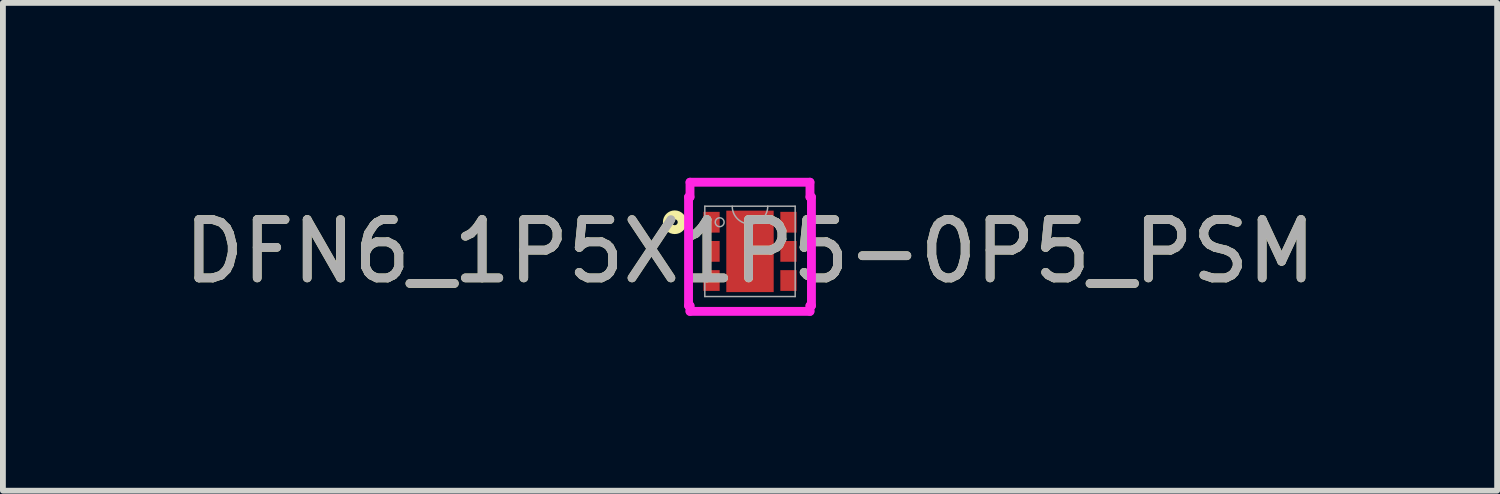
<source format=kicad_pcb>
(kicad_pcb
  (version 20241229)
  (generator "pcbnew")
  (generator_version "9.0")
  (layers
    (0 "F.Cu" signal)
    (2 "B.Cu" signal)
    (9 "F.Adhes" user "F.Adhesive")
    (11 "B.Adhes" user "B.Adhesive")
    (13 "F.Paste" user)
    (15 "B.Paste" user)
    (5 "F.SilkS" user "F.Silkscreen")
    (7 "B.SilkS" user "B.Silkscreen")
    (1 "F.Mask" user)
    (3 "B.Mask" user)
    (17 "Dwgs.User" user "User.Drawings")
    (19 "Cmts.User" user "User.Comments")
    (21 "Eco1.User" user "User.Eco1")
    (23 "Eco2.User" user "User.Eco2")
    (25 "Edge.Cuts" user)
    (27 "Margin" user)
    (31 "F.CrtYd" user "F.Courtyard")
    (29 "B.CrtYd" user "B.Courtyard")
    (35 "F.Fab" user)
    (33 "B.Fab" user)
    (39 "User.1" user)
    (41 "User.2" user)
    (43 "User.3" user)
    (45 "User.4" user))
  (footprint "DFN6_1P5X1P5-0P5_PSM"
    (layer "F.Cu")
    (at 9.815 1.262)
    (property "Reference" "DFN6_1P5X1P5-0P5_PSM" (at 0 0 0) (unlocked yes) (layer "F.SilkS") (effects (font (size 1 1) (thickness 0.15))))
    (attr smd)
    (fp_circle (center -1.291 -0.5) (end -1.164 -0.5) (stroke (width 0.152) (type solid)) (fill no) (layer "F.SilkS"))
    (fp_line (start -1.054 -0.932) (end -1.029 -0.932) (stroke (width 0.152) (type solid)) (layer "F.CrtYd"))
    (fp_line (start -1.054 0.932) (end -1.054 -0.932) (stroke (width 0.152) (type solid)) (layer "F.CrtYd"))
    (fp_line (start -1.054 0.932) (end -1.029 0.932) (stroke (width 0.152) (type solid)) (layer "F.CrtYd"))
    (fp_line (start -1.029 -1.186) (end 1.029 -1.186) (stroke (width 0.152) (type solid)) (layer "F.CrtYd"))
    (fp_line (start -1.029 -0.932) (end -1.029 -1.186) (stroke (width 0.152) (type solid)) (layer "F.CrtYd"))
    (fp_line (start -1.029 1.029) (end -1.029 0.932) (stroke (width 0.152) (type solid)) (layer "F.CrtYd"))
    (fp_line (start 1.029 -1.186) (end 1.029 -0.932) (stroke (width 0.152) (type solid)) (layer "F.CrtYd"))
    (fp_line (start 1.029 0.932) (end 1.029 1.029) (stroke (width 0.152) (type solid)) (layer "F.CrtYd"))
    (fp_line (start 1.029 1.029) (end -1.029 1.029) (stroke (width 0.152) (type solid)) (layer "F.CrtYd"))
    (fp_line (start 1.054 -0.932) (end 1.029 -0.932) (stroke (width 0.152) (type solid)) (layer "F.CrtYd"))
    (fp_line (start 1.054 -0.932) (end 1.054 0.932) (stroke (width 0.152) (type solid)) (layer "F.CrtYd"))
    (fp_line (start 1.054 0.932) (end 1.029 0.932) (stroke (width 0.152) (type solid)) (layer "F.CrtYd"))
    (fp_line (start -0.775 -0.775) (end -0.775 0.775) (stroke (width 0.025) (type solid)) (layer "F.Fab"))
    (fp_line (start -0.775 0.775) (end 0.775 0.775) (stroke (width 0.025) (type solid)) (layer "F.Fab"))
    (fp_line (start 0.775 -0.775) (end -0.775 -0.775) (stroke (width 0.025) (type solid)) (layer "F.Fab"))
    (fp_line (start 0.775 0.775) (end 0.775 -0.775) (stroke (width 0.025) (type solid)) (layer "F.Fab"))
    (fp_arc (start 0.3048 -0.7747) (mid 0 -0.4699) (end -0.3048 -0.7747) (stroke (width 0.0254) (type solid)) (layer "F.Fab"))
    (fp_circle (center -0.52 -0.5) (end -0.444 -0.5) (stroke (width 0.025) (type solid)) (fill no) (layer "F.Fab"))
    (fp_text user "${REFERENCE}" (at 0 0 0) (unlocked yes) (layer "F.Fab") (effects (font (size 1 1) (thickness 0.15))))
    (pad "1" smd rect (at -0.66 -0.5) (size 0.279 0.356) (layers "F.Cu" "F.Mask" "F.Paste"))
    (pad "2" smd rect (at -0.66 0) (size 0.279 0.356) (layers "F.Cu" "F.Mask" "F.Paste"))
    (pad "3" smd rect (at -0.66 0.5) (size 0.279 0.356) (layers "F.Cu" "F.Mask" "F.Paste"))
    (pad "4" smd rect (at 0.66 0.5) (size 0.279 0.356) (layers "F.Cu" "F.Mask" "F.Paste"))
    (pad "5" smd rect (at 0.66 0) (size 0.279 0.356) (layers "F.Cu" "F.Mask" "F.Paste"))
    (pad "6" smd rect (at 0.66 -0.5) (size 0.279 0.356) (layers "F.Cu" "F.Mask" "F.Paste"))
    (pad "7" smd rect (at 0 0) (size 0.813 1.397) (layers "F.Cu" "F.Mask")))
  (gr_rect
    (start -3 -3)
    (end 22.631 5.367)
    (stroke (width 0.1) (type default))
    (fill no)
    (layer "Edge.Cuts")))
</source>
